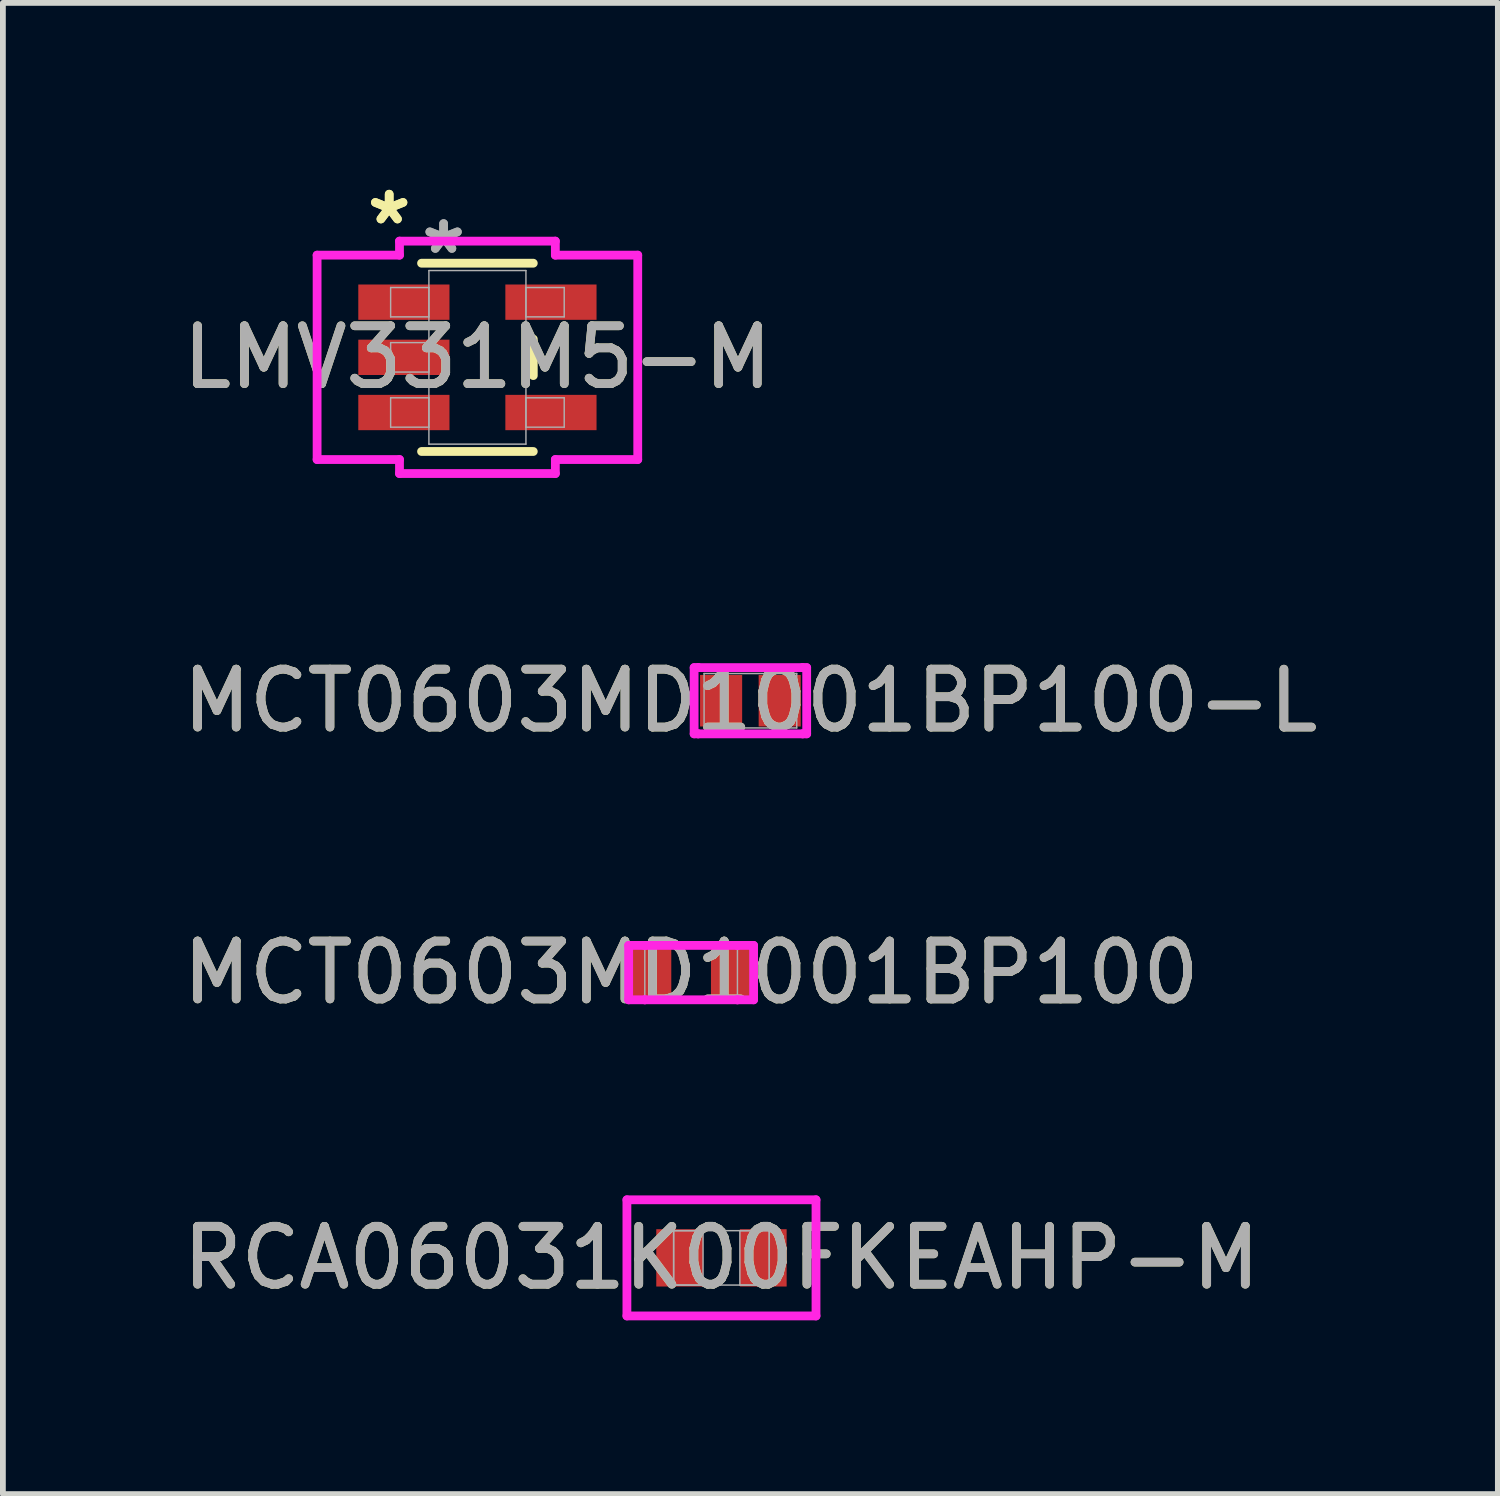
<source format=kicad_pcb>
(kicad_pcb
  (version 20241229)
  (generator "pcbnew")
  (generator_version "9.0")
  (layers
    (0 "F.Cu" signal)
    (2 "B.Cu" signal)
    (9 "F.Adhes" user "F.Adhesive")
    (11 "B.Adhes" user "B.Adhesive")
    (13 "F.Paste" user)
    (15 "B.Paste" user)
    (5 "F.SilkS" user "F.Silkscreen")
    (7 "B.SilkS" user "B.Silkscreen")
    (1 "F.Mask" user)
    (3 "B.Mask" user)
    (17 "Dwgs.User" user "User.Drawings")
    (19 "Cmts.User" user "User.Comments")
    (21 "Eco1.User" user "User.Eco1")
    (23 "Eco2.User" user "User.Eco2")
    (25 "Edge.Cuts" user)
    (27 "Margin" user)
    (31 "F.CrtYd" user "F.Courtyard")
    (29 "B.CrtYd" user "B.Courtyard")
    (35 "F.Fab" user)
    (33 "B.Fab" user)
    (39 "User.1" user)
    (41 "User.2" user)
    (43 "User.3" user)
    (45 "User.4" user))
  (footprint "MCT0603MD1001BP100"
    (layer "F.Cu")
    (at 8.887 13.749)
    (property "Reference" "MCT0603MD1001BP100" (at 0 0 0) (unlocked yes) (layer "F.SilkS") (effects (font (size 1 1) (thickness 0.15))))
    (attr smd)
    (fp_line (start -1.079 -0.47) (end -0.8 -0.47) (stroke (width 0.152) (type solid)) (layer "F.CrtYd"))
    (fp_line (start -1.079 0.47) (end -1.079 -0.47) (stroke (width 0.152) (type solid)) (layer "F.CrtYd"))
    (fp_line (start -0.8 -0.47) (end -0.8 -0.47) (stroke (width 0.152) (type solid)) (layer "F.CrtYd"))
    (fp_line (start -0.8 -0.47) (end 0.8 -0.47) (stroke (width 0.152) (type solid)) (layer "F.CrtYd"))
    (fp_line (start -0.8 0.47) (end -1.079 0.47) (stroke (width 0.152) (type solid)) (layer "F.CrtYd"))
    (fp_line (start -0.8 0.47) (end -0.8 0.47) (stroke (width 0.152) (type solid)) (layer "F.CrtYd"))
    (fp_line (start 0.8 -0.47) (end 0.8 -0.47) (stroke (width 0.152) (type solid)) (layer "F.CrtYd"))
    (fp_line (start 0.8 -0.47) (end 1.079 -0.47) (stroke (width 0.152) (type solid)) (layer "F.CrtYd"))
    (fp_line (start 0.8 0.47) (end -0.8 0.47) (stroke (width 0.152) (type solid)) (layer "F.CrtYd"))
    (fp_line (start 0.8 0.47) (end 0.8 0.47) (stroke (width 0.152) (type solid)) (layer "F.CrtYd"))
    (fp_line (start 1.079 -0.47) (end 1.079 0.47) (stroke (width 0.152) (type solid)) (layer "F.CrtYd"))
    (fp_line (start 1.079 0.47) (end 0.8 0.47) (stroke (width 0.152) (type solid)) (layer "F.CrtYd"))
    (fp_line (start -0.8 -0.47) (end -0.8 0.47) (stroke (width 0.025) (type solid)) (layer "F.Fab"))
    (fp_line (start -0.8 0.47) (end 0.8 0.47) (stroke (width 0.025) (type solid)) (layer "F.Fab"))
    (fp_line (start 0.8 -0.47) (end -0.8 -0.47) (stroke (width 0.025) (type solid)) (layer "F.Fab"))
    (fp_line (start 0.8 0.47) (end 0.8 -0.47) (stroke (width 0.025) (type solid)) (layer "F.Fab"))
    (fp_text user "${REFERENCE}" (at 0 0 0) (unlocked yes) (layer "F.Fab") (effects (font (size 1 1) (thickness 0.15))))
    (pad "1" smd rect (at -0.711 0 90) (size 0.94 0.737) (layers "F.Cu" "F.Mask" "F.Paste"))
    (pad "2" smd rect (at 0.711 0 90) (size 0.94 0.737) (layers "F.Cu" "F.Mask" "F.Paste"))
    (zone (net_name "") (layer "F.Cu") (hatch full 0.508) (connect_pads) (min_thickness 0.254) (filled_areas_thickness no) (keepout (tracks not_allowed) (vias not_allowed) (pads allowed) (copperpour not_allowed) (footprints allowed)) (placement (enabled no)) (fill) (polygon (pts (xy 8.138 13.33) (xy 9.636 13.33) (xy 9.636 13.228) (xy 8.138 13.228))))
    (zone (net_name "") (layer "F.Cu") (hatch full 0.508) (connect_pads) (min_thickness 0.254) (filled_areas_thickness no) (keepout (tracks not_allowed) (vias not_allowed) (pads allowed) (copperpour not_allowed) (footprints allowed)) (placement (enabled no)) (fill) (polygon (pts (xy 8.138 14.27) (xy 9.636 14.27) (xy 9.636 14.168) (xy 8.138 14.168))))
    (zone (net_name "") (layer "F.Cu") (hatch full 0.508) (connect_pads) (min_thickness 0.254) (filled_areas_thickness no) (keepout (tracks not_allowed) (vias not_allowed) (pads allowed) (copperpour not_allowed) (footprints allowed)) (placement (enabled no)) (fill) (polygon (pts (xy 8.595 13.228) (xy 9.179 13.228) (xy 9.179 14.27) (xy 8.595 14.27)))))
  (footprint "RCA06031K00FKEAHP-M"
    (layer "F.Cu")
    (at 9.411 18.676)
    (property "Reference" "RCA06031K00FKEAHP-M" (at 0 0 0) (unlocked yes) (layer "F.SilkS") (effects (font (size 1 1) (thickness 0.15))))
    (attr smd)
    (fp_line (start -1.633 -1.003) (end 1.633 -1.003) (stroke (width 0.152) (type solid)) (layer "F.CrtYd"))
    (fp_line (start -1.633 1.003) (end -1.633 -1.003) (stroke (width 0.152) (type solid)) (layer "F.CrtYd"))
    (fp_line (start 1.633 -1.003) (end 1.633 1.003) (stroke (width 0.152) (type solid)) (layer "F.CrtYd"))
    (fp_line (start 1.633 1.003) (end -1.633 1.003) (stroke (width 0.152) (type solid)) (layer "F.CrtYd"))
    (fp_line (start -0.826 -0.47) (end -0.826 0.47) (stroke (width 0.025) (type solid)) (layer "F.Fab"))
    (fp_line (start -0.826 -0.47) (end -0.826 0.47) (stroke (width 0.025) (type solid)) (layer "F.Fab"))
    (fp_line (start -0.826 0.47) (end -0.318 0.47) (stroke (width 0.025) (type solid)) (layer "F.Fab"))
    (fp_line (start -0.826 0.47) (end 0.826 0.47) (stroke (width 0.025) (type solid)) (layer "F.Fab"))
    (fp_line (start -0.318 -0.47) (end -0.826 -0.47) (stroke (width 0.025) (type solid)) (layer "F.Fab"))
    (fp_line (start -0.318 0.47) (end -0.318 -0.47) (stroke (width 0.025) (type solid)) (layer "F.Fab"))
    (fp_line (start 0.318 -0.47) (end 0.318 0.47) (stroke (width 0.025) (type solid)) (layer "F.Fab"))
    (fp_line (start 0.318 0.47) (end 0.826 0.47) (stroke (width 0.025) (type solid)) (layer "F.Fab"))
    (fp_line (start 0.826 -0.47) (end -0.826 -0.47) (stroke (width 0.025) (type solid)) (layer "F.Fab"))
    (fp_line (start 0.826 -0.47) (end 0.318 -0.47) (stroke (width 0.025) (type solid)) (layer "F.Fab"))
    (fp_line (start 0.826 0.47) (end 0.826 -0.47) (stroke (width 0.025) (type solid)) (layer "F.Fab"))
    (fp_line (start 0.826 0.47) (end 0.826 -0.47) (stroke (width 0.025) (type solid)) (layer "F.Fab"))
    (fp_text user "${REFERENCE}" (at 0 0 0) (unlocked yes) (layer "F.Fab") (effects (font (size 1 1) (thickness 0.15))))
    (pad "1" smd rect (at -0.722 0) (size 0.808 0.99) (layers "F.Cu" "F.Mask" "F.Paste"))
    (pad "2" smd rect (at 0.722 0) (size 0.808 0.99) (layers "F.Cu" "F.Mask" "F.Paste"))
    (zone (net_name "") (layer "F.Cu") (hatch full 0.508) (connect_pads) (min_thickness 0.254) (filled_areas_thickness no) (keepout (tracks not_allowed) (vias not_allowed) (pads allowed) (copperpour not_allowed) (footprints allowed)) (placement (enabled no)) (fill) (polygon (pts (xy 9.144 18.257) (xy 9.677 18.257) (xy 9.677 19.096) (xy 9.144 19.096)))))
  (footprint "LMV331M5-M"
    (layer "F.Cu")
    (at 5.196 3.122)
    (property "Reference" "LMV331M5-M" (at 0 0 0) (unlocked yes) (layer "F.SilkS") (effects (font (size 1 1) (thickness 0.15))))
    (attr smd)
    (fp_line (start -0.965 1.626) (end 0.965 1.626) (stroke (width 0.152) (type solid)) (layer "F.SilkS"))
    (fp_line (start 0.965 -1.626) (end -0.965 -1.626) (stroke (width 0.152) (type solid)) (layer "F.SilkS"))
    (fp_line (start 0.965 0.315) (end 0.965 -0.315) (stroke (width 0.152) (type solid)) (layer "F.SilkS"))
    (fp_line (start -2.769 -1.765) (end -1.346 -1.765) (stroke (width 0.152) (type solid)) (layer "F.CrtYd"))
    (fp_line (start -2.769 1.765) (end -2.769 -1.765) (stroke (width 0.152) (type solid)) (layer "F.CrtYd"))
    (fp_line (start -1.346 -2.007) (end 1.346 -2.007) (stroke (width 0.152) (type solid)) (layer "F.CrtYd"))
    (fp_line (start -1.346 -1.765) (end -1.346 -2.007) (stroke (width 0.152) (type solid)) (layer "F.CrtYd"))
    (fp_line (start -1.346 1.765) (end -2.769 1.765) (stroke (width 0.152) (type solid)) (layer "F.CrtYd"))
    (fp_line (start -1.346 2.007) (end -1.346 1.765) (stroke (width 0.152) (type solid)) (layer "F.CrtYd"))
    (fp_line (start 1.346 -2.007) (end 1.346 -1.765) (stroke (width 0.152) (type solid)) (layer "F.CrtYd"))
    (fp_line (start 1.346 -1.765) (end 2.769 -1.765) (stroke (width 0.152) (type solid)) (layer "F.CrtYd"))
    (fp_line (start 1.346 1.765) (end 1.346 2.007) (stroke (width 0.152) (type solid)) (layer "F.CrtYd"))
    (fp_line (start 1.346 2.007) (end -1.346 2.007) (stroke (width 0.152) (type solid)) (layer "F.CrtYd"))
    (fp_line (start 2.769 -1.765) (end 2.769 1.765) (stroke (width 0.152) (type solid)) (layer "F.CrtYd"))
    (fp_line (start 2.769 1.765) (end 1.346 1.765) (stroke (width 0.152) (type solid)) (layer "F.CrtYd"))
    (fp_line (start -1.499 -1.206) (end -1.499 -0.699) (stroke (width 0.025) (type solid)) (layer "F.Fab"))
    (fp_line (start -1.499 -0.699) (end -0.838 -0.699) (stroke (width 0.025) (type solid)) (layer "F.Fab"))
    (fp_line (start -1.499 -0.254) (end -1.499 0.254) (stroke (width 0.025) (type solid)) (layer "F.Fab"))
    (fp_line (start -1.499 0.254) (end -0.838 0.254) (stroke (width 0.025) (type solid)) (layer "F.Fab"))
    (fp_line (start -1.499 0.699) (end -1.499 1.206) (stroke (width 0.025) (type solid)) (layer "F.Fab"))
    (fp_line (start -1.499 1.206) (end -0.838 1.206) (stroke (width 0.025) (type solid)) (layer "F.Fab"))
    (fp_line (start -0.838 -1.499) (end -0.838 1.499) (stroke (width 0.025) (type solid)) (layer "F.Fab"))
    (fp_line (start -0.838 -1.206) (end -1.499 -1.206) (stroke (width 0.025) (type solid)) (layer "F.Fab"))
    (fp_line (start -0.838 -0.699) (end -0.838 -1.206) (stroke (width 0.025) (type solid)) (layer "F.Fab"))
    (fp_line (start -0.838 -0.254) (end -1.499 -0.254) (stroke (width 0.025) (type solid)) (layer "F.Fab"))
    (fp_line (start -0.838 0.254) (end -0.838 -0.254) (stroke (width 0.025) (type solid)) (layer "F.Fab"))
    (fp_line (start -0.838 0.699) (end -1.499 0.699) (stroke (width 0.025) (type solid)) (layer "F.Fab"))
    (fp_line (start -0.838 1.206) (end -0.838 0.699) (stroke (width 0.025) (type solid)) (layer "F.Fab"))
    (fp_line (start -0.838 1.499) (end 0.838 1.499) (stroke (width 0.025) (type solid)) (layer "F.Fab"))
    (fp_line (start 0.838 -1.499) (end -0.838 -1.499) (stroke (width 0.025) (type solid)) (layer "F.Fab"))
    (fp_line (start 0.838 -1.206) (end 0.838 -0.699) (stroke (width 0.025) (type solid)) (layer "F.Fab"))
    (fp_line (start 0.838 -0.699) (end 1.499 -0.699) (stroke (width 0.025) (type solid)) (layer "F.Fab"))
    (fp_line (start 0.838 0.699) (end 0.838 1.206) (stroke (width 0.025) (type solid)) (layer "F.Fab"))
    (fp_line (start 0.838 1.206) (end 1.499 1.206) (stroke (width 0.025) (type solid)) (layer "F.Fab"))
    (fp_line (start 0.838 1.499) (end 0.838 -1.499) (stroke (width 0.025) (type solid)) (layer "F.Fab"))
    (fp_line (start 1.499 -1.206) (end 0.838 -1.206) (stroke (width 0.025) (type solid)) (layer "F.Fab"))
    (fp_line (start 1.499 -0.699) (end 1.499 -1.206) (stroke (width 0.025) (type solid)) (layer "F.Fab"))
    (fp_line (start 1.499 0.699) (end 0.838 0.699) (stroke (width 0.025) (type solid)) (layer "F.Fab"))
    (fp_line (start 1.499 1.206) (end 1.499 0.699) (stroke (width 0.025) (type solid)) (layer "F.Fab"))
    (fp_text user "*" (at -1.524 -2.273 0) (layer "F.SilkS") (effects (font (size 1 1) (thickness 0.15))))
    (fp_text user "*" (at -1.524 -2.273 0) (unlocked yes) (layer "F.SilkS") (effects (font (size 1 1) (thickness 0.15))))
    (fp_text user "${REFERENCE}" (at 0 0 0) (unlocked yes) (layer "F.Fab") (effects (font (size 1 1) (thickness 0.15))))
    (fp_text user "*" (at -0.584 -1.765 0) (layer "F.Fab") (effects (font (size 1 1) (thickness 0.15))))
    (fp_text user "*" (at -0.584 -1.765 0) (unlocked yes) (layer "F.Fab") (effects (font (size 1 1) (thickness 0.15))))
    (pad "1" smd rect (at -1.27 -0.953) (size 1.575 0.61) (layers "F.Cu" "F.Mask" "F.Paste"))
    (pad "2" smd rect (at -1.27 0) (size 1.575 0.61) (layers "F.Cu" "F.Mask" "F.Paste"))
    (pad "3" smd rect (at -1.27 0.953) (size 1.575 0.61) (layers "F.Cu" "F.Mask" "F.Paste"))
    (pad "4" smd rect (at 1.27 0.953) (size 1.575 0.61) (layers "F.Cu" "F.Mask" "F.Paste"))
    (pad "5" smd rect (at 1.27 -0.953) (size 1.575 0.61) (layers "F.Cu" "F.Mask" "F.Paste")))
  (footprint "MCT0603MD1001BP100-L"
    (layer "F.Cu")
    (at 9.911 9.053)
    (property "Reference" "MCT0603MD1001BP100-L" (at 0 0 0) (unlocked yes) (layer "F.SilkS") (effects (font (size 1 1) (thickness 0.15))))
    (attr smd)
    (fp_line (start -0.972 -0.572) (end -0.902 -0.572) (stroke (width 0.152) (type solid)) (layer "F.CrtYd"))
    (fp_line (start -0.972 0.572) (end -0.972 -0.572) (stroke (width 0.152) (type solid)) (layer "F.CrtYd"))
    (fp_line (start -0.902 -0.572) (end -0.902 -0.572) (stroke (width 0.152) (type solid)) (layer "F.CrtYd"))
    (fp_line (start -0.902 -0.572) (end 0.902 -0.572) (stroke (width 0.152) (type solid)) (layer "F.CrtYd"))
    (fp_line (start -0.902 0.572) (end -0.972 0.572) (stroke (width 0.152) (type solid)) (layer "F.CrtYd"))
    (fp_line (start -0.902 0.572) (end -0.902 0.572) (stroke (width 0.152) (type solid)) (layer "F.CrtYd"))
    (fp_line (start 0.902 -0.572) (end 0.902 -0.572) (stroke (width 0.152) (type solid)) (layer "F.CrtYd"))
    (fp_line (start 0.902 -0.572) (end 0.972 -0.572) (stroke (width 0.152) (type solid)) (layer "F.CrtYd"))
    (fp_line (start 0.902 0.572) (end -0.902 0.572) (stroke (width 0.152) (type solid)) (layer "F.CrtYd"))
    (fp_line (start 0.902 0.572) (end 0.902 0.572) (stroke (width 0.152) (type solid)) (layer "F.CrtYd"))
    (fp_line (start 0.972 -0.572) (end 0.972 0.572) (stroke (width 0.152) (type solid)) (layer "F.CrtYd"))
    (fp_line (start 0.972 0.572) (end 0.902 0.572) (stroke (width 0.152) (type solid)) (layer "F.CrtYd"))
    (fp_line (start -0.8 -0.47) (end -0.8 0.47) (stroke (width 0.025) (type solid)) (layer "F.Fab"))
    (fp_line (start -0.8 0.47) (end 0.8 0.47) (stroke (width 0.025) (type solid)) (layer "F.Fab"))
    (fp_line (start 0.8 -0.47) (end -0.8 -0.47) (stroke (width 0.025) (type solid)) (layer "F.Fab"))
    (fp_line (start 0.8 0.47) (end 0.8 -0.47) (stroke (width 0.025) (type solid)) (layer "F.Fab"))
    (fp_text user "${REFERENCE}" (at 0 0 0) (unlocked yes) (layer "F.Fab") (effects (font (size 1 1) (thickness 0.15))))
    (pad "1" smd rect (at -0.506 0 90) (size 0.89 0.727) (layers "F.Cu" "F.Mask" "F.Paste"))
    (pad "2" smd rect (at 0.506 0 90) (size 0.89 0.727) (layers "F.Cu" "F.Mask" "F.Paste"))
    (zone (net_name "") (layer "F.Cu") (hatch full 0.508) (connect_pads) (min_thickness 0.254) (filled_areas_thickness no) (keepout (tracks not_allowed) (vias not_allowed) (pads allowed) (copperpour not_allowed) (footprints allowed)) (placement (enabled no)) (fill) (polygon (pts (xy 9.161 8.633) (xy 10.66 8.633) (xy 10.66 8.532) (xy 9.161 8.532))))
    (zone (net_name "") (layer "F.Cu") (hatch full 0.508) (connect_pads) (min_thickness 0.254) (filled_areas_thickness no) (keepout (tracks not_allowed) (vias not_allowed) (pads allowed) (copperpour not_allowed) (footprints allowed)) (placement (enabled no)) (fill) (polygon (pts (xy 9.161 9.573) (xy 10.66 9.573) (xy 10.66 9.472) (xy 9.161 9.472))))
    (zone (net_name "") (layer "F.Cu") (hatch full 0.508) (connect_pads) (min_thickness 0.254) (filled_areas_thickness no) (keepout (tracks not_allowed) (vias not_allowed) (pads allowed) (copperpour not_allowed) (footprints allowed)) (placement (enabled no)) (fill) (polygon (pts (xy 9.819 8.532) (xy 10.003 8.532) (xy 10.003 9.573) (xy 9.819 9.573)))))
  (gr_rect
    (start -3 -3)
    (end 22.821 22.756)
    (stroke (width 0.1) (type default))
    (fill no)
    (layer "Edge.Cuts")))
</source>
